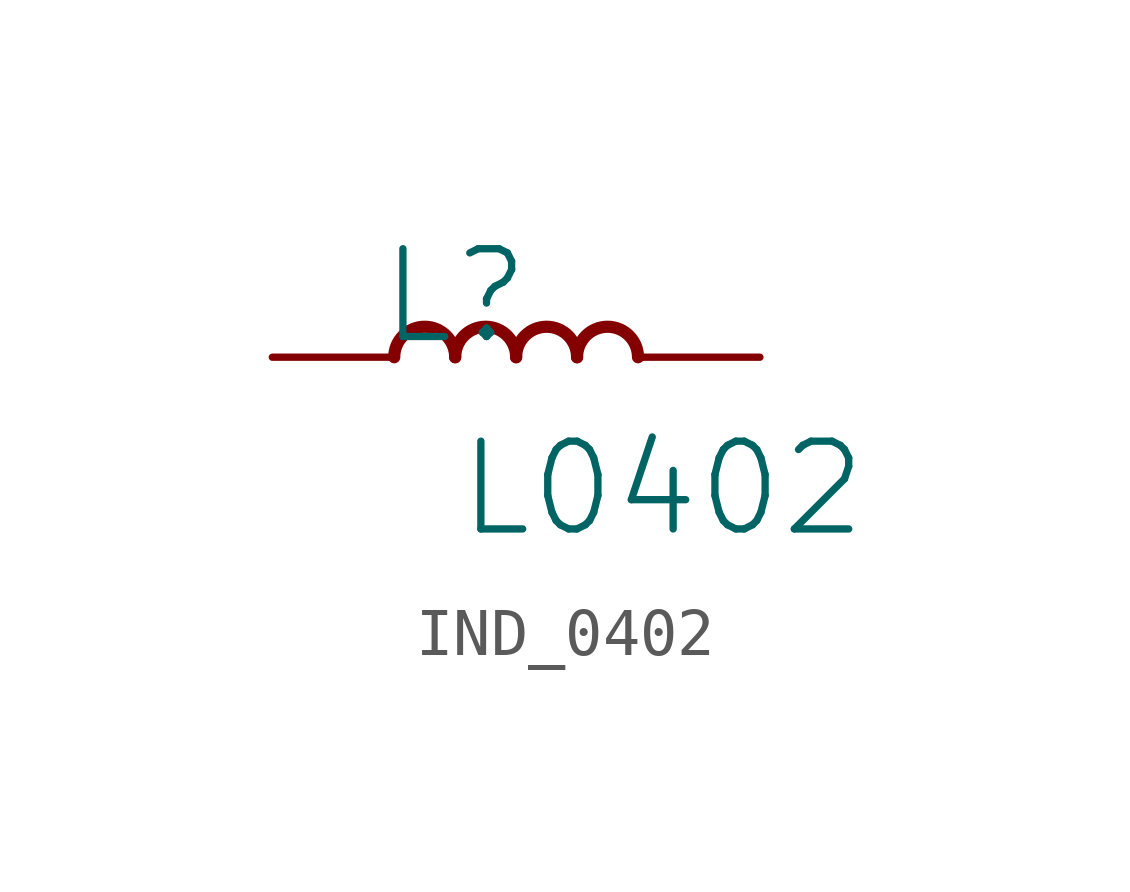
<source format=kicad_sym>
(kicad_symbol_lib
  (version 20231120)
  (generator "kicad_symbol_editor")
  (generator_version "8.0")
  (symbol "IND_0402"
    (property "Reference" "L"
      (at -1.27 1.27 0)
      (effects (font (size 1.829 1.829))))
    (property "Value" "L0402"
      (at -1.27 -3.81 0)
      (effects (font (size 1.829 1.829)) (justify left bottom)))
    (symbol "IND_0402_1_0"
      (arc (start -1.27 0) (mid -1.905 0.635) (end -2.54 0) (stroke (width 0.254) (type solid)) (fill (type none)))
      (arc (start 0 0) (mid -0.635 0.635) (end -1.27 0) (stroke (width 0.254) (type solid)) (fill (type none)))
      (arc (start 1.27 0) (mid 0.635 0.635) (end 0 0) (stroke (width 0.254) (type solid)) (fill (type none)))
      (arc (start 2.54 0) (mid 1.905 0.635) (end 1.27 0) (stroke (width 0.254) (type solid)) (fill (type none)))
      (pin passive line (at -5.08 0 0) (length 2.54) (name "1" (effects (font (size 0 0)))) (number "1" (effects (font (size 0 0)))))
      (pin passive line (at 5.08 0 180) (length 2.54) (name "2" (effects (font (size 0 0)))) (number "2" (effects (font (size 0 0))))))))
</source>
